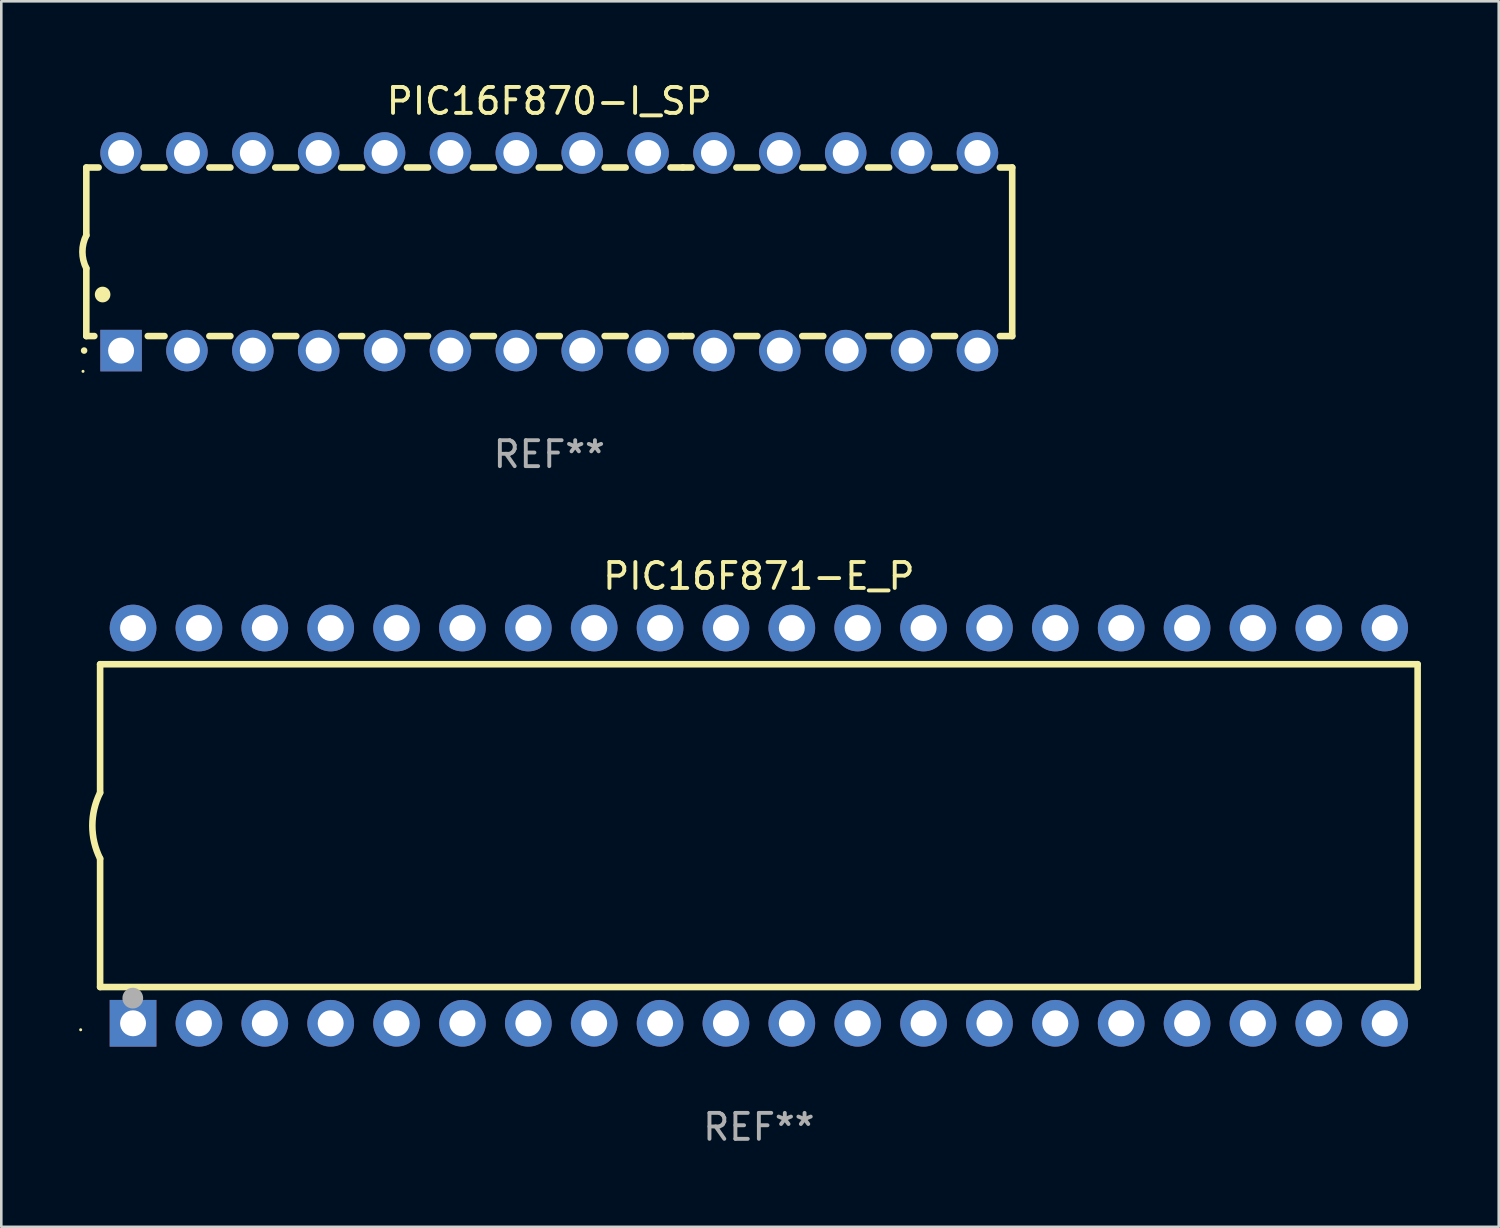
<source format=kicad_pcb>
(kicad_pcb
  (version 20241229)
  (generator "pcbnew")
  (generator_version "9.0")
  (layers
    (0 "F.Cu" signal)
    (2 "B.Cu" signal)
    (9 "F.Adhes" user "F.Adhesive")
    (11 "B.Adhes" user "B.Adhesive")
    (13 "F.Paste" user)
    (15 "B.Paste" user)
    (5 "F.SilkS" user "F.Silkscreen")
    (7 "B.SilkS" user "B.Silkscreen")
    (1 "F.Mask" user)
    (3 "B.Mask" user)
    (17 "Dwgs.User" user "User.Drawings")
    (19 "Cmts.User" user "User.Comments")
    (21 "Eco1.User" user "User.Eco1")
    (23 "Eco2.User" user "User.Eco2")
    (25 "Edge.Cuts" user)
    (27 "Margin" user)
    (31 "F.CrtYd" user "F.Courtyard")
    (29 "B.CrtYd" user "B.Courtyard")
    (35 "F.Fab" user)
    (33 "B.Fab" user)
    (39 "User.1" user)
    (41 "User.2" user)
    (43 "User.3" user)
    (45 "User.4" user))
  (footprint "PIC16F870-I_SP"
    (layer "F.Cu")
    (at 18.128 6.658)
    (property "Reference" "PIC16F870-I_SP" (at 0 -5.81 0) (layer "F.SilkS") (effects (font (size 1 1) (thickness 0.15))))
    (attr through_hole)
    (fp_line (start -17.85 -3.25) (end -17.85 -0.635) (stroke (width 0.254) (type solid)) (layer "F.SilkS"))
    (fp_line (start -17.85 3.25) (end -17.85 0.635) (stroke (width 0.254) (type solid)) (layer "F.SilkS"))
    (fp_line (start -17.85 3.25) (end -17.541 3.25) (stroke (width 0.254) (type solid)) (layer "F.SilkS"))
    (fp_line (start -17.375 -3.25) (end -17.85 -3.25) (stroke (width 0.254) (type solid)) (layer "F.SilkS"))
    (fp_line (start -15.479 3.25) (end -14.835 3.25) (stroke (width 0.254) (type solid)) (layer "F.SilkS"))
    (fp_line (start -14.835 -3.25) (end -15.645 -3.25) (stroke (width 0.254) (type solid)) (layer "F.SilkS"))
    (fp_line (start -13.105 3.25) (end -12.295 3.25) (stroke (width 0.254) (type solid)) (layer "F.SilkS"))
    (fp_line (start -12.295 -3.25) (end -13.105 -3.25) (stroke (width 0.254) (type solid)) (layer "F.SilkS"))
    (fp_line (start -10.565 3.25) (end -9.755 3.25) (stroke (width 0.254) (type solid)) (layer "F.SilkS"))
    (fp_line (start -9.755 -3.25) (end -10.565 -3.25) (stroke (width 0.254) (type solid)) (layer "F.SilkS"))
    (fp_line (start -8.025 3.25) (end -7.215 3.25) (stroke (width 0.254) (type solid)) (layer "F.SilkS"))
    (fp_line (start -7.215 -3.25) (end -8.025 -3.25) (stroke (width 0.254) (type solid)) (layer "F.SilkS"))
    (fp_line (start -5.485 3.25) (end -4.675 3.25) (stroke (width 0.254) (type solid)) (layer "F.SilkS"))
    (fp_line (start -4.675 -3.25) (end -5.485 -3.25) (stroke (width 0.254) (type solid)) (layer "F.SilkS"))
    (fp_line (start -2.945 3.25) (end -2.135 3.25) (stroke (width 0.254) (type solid)) (layer "F.SilkS"))
    (fp_line (start -2.135 -3.25) (end -2.945 -3.25) (stroke (width 0.254) (type solid)) (layer "F.SilkS"))
    (fp_line (start -0.405 3.25) (end 0.405 3.25) (stroke (width 0.254) (type solid)) (layer "F.SilkS"))
    (fp_line (start 0.405 -3.25) (end -0.405 -3.25) (stroke (width 0.254) (type solid)) (layer "F.SilkS"))
    (fp_line (start 2.135 3.25) (end 2.945 3.25) (stroke (width 0.254) (type solid)) (layer "F.SilkS"))
    (fp_line (start 2.945 -3.25) (end 2.135 -3.25) (stroke (width 0.254) (type solid)) (layer "F.SilkS"))
    (fp_line (start 4.675 3.25) (end 5.15 3.25) (stroke (width 0.254) (type solid)) (layer "F.SilkS"))
    (fp_line (start 5.15 -3.25) (end 4.675 -3.25) (stroke (width 0.254) (type solid)) (layer "F.SilkS"))
    (fp_line (start 5.15 -3.25) (end 5.485 -3.25) (stroke (width 0.254) (type solid)) (layer "F.SilkS"))
    (fp_line (start 5.15 3.25) (end 5.485 3.25) (stroke (width 0.254) (type solid)) (layer "F.SilkS"))
    (fp_line (start 7.215 -3.25) (end 8.025 -3.25) (stroke (width 0.254) (type solid)) (layer "F.SilkS"))
    (fp_line (start 7.215 3.25) (end 8.025 3.25) (stroke (width 0.254) (type solid)) (layer "F.SilkS"))
    (fp_line (start 9.755 -3.25) (end 10.565 -3.25) (stroke (width 0.254) (type solid)) (layer "F.SilkS"))
    (fp_line (start 9.755 3.25) (end 10.565 3.25) (stroke (width 0.254) (type solid)) (layer "F.SilkS"))
    (fp_line (start 12.295 -3.25) (end 13.105 -3.25) (stroke (width 0.254) (type solid)) (layer "F.SilkS"))
    (fp_line (start 12.295 3.25) (end 13.105 3.25) (stroke (width 0.254) (type solid)) (layer "F.SilkS"))
    (fp_line (start 14.835 -3.25) (end 15.645 -3.25) (stroke (width 0.254) (type solid)) (layer "F.SilkS"))
    (fp_line (start 14.835 3.25) (end 15.645 3.25) (stroke (width 0.254) (type solid)) (layer "F.SilkS"))
    (fp_line (start 17.375 -3.25) (end 17.85 -3.25) (stroke (width 0.254) (type solid)) (layer "F.SilkS"))
    (fp_line (start 17.375 3.25) (end 17.85 3.25) (stroke (width 0.254) (type solid)) (layer "F.SilkS"))
    (fp_line (start 17.85 -3.25) (end 17.85 3.25) (stroke (width 0.254) (type solid)) (layer "F.SilkS"))
    (fp_arc (start -17.934976 3.810008) (mid -17.934983 3.808738) (end -17.934976 3.807468) (stroke (width 0.25) (type solid)) (layer "F.SilkS"))
    (fp_arc (start -17.851155 0.635002) (mid -18.000677 -0.000132) (end -17.850038 -0.635001) (stroke (width 0.254001) (type solid)) (layer "F.SilkS"))
    (fp_arc (start -17.221234 1.651003) (mid -17.221245 1.648463) (end -17.221234 1.645923) (stroke (width 0.6) (type solid)) (layer "F.SilkS"))
    (fp_circle (center -17.977 4.61) (end -17.947 4.61) (stroke (width 0.06) (type solid)) (fill no) (layer "F.SilkS"))
    (fp_text user "REF**" (at 0 7.81 0) (layer "F.Fab") (effects (font (size 1 1) (thickness 0.15))))
    (pad "1" thru_hole rect (at -16.51 3.81 90) (size 1.6 1.6) (drill 1) (layers "*.Cu" "*.Mask"))
    (pad "2" thru_hole circle (at -13.97 3.81 90) (size 1.6 1.6) (drill 1) (layers "*.Cu" "*.Mask"))
    (pad "3" thru_hole circle (at -11.43 3.81 90) (size 1.6 1.6) (drill 1) (layers "*.Cu" "*.Mask"))
    (pad "4" thru_hole circle (at -8.89 3.81 90) (size 1.6 1.6) (drill 1) (layers "*.Cu" "*.Mask"))
    (pad "5" thru_hole circle (at -6.35 3.81 90) (size 1.6 1.6) (drill 1) (layers "*.Cu" "*.Mask"))
    (pad "6" thru_hole circle (at -3.81 3.81 90) (size 1.6 1.6) (drill 1) (layers "*.Cu" "*.Mask"))
    (pad "7" thru_hole circle (at -1.27 3.81 90) (size 1.6 1.6) (drill 1) (layers "*.Cu" "*.Mask"))
    (pad "8" thru_hole circle (at 1.27 3.81 90) (size 1.6 1.6) (drill 1) (layers "*.Cu" "*.Mask"))
    (pad "9" thru_hole circle (at 3.81 3.81 90) (size 1.6 1.6) (drill 1) (layers "*.Cu" "*.Mask"))
    (pad "10" thru_hole circle (at 6.35 3.81 90) (size 1.6 1.6) (drill 1) (layers "*.Cu" "*.Mask"))
    (pad "11" thru_hole circle (at 8.89 3.81 90) (size 1.6 1.6) (drill 1) (layers "*.Cu" "*.Mask"))
    (pad "12" thru_hole circle (at 11.43 3.81 90) (size 1.6 1.6) (drill 1) (layers "*.Cu" "*.Mask"))
    (pad "13" thru_hole circle (at 13.97 3.81 90) (size 1.6 1.6) (drill 1) (layers "*.Cu" "*.Mask"))
    (pad "14" thru_hole circle (at 16.51 3.81 90) (size 1.6 1.6) (drill 1) (layers "*.Cu" "*.Mask"))
    (pad "15" thru_hole circle (at 16.51 -3.81 90) (size 1.6 1.6) (drill 1) (layers "*.Cu" "*.Mask"))
    (pad "16" thru_hole circle (at 13.97 -3.81 90) (size 1.6 1.6) (drill 1) (layers "*.Cu" "*.Mask"))
    (pad "17" thru_hole circle (at 11.43 -3.81 90) (size 1.6 1.6) (drill 1) (layers "*.Cu" "*.Mask"))
    (pad "18" thru_hole circle (at 8.89 -3.81 90) (size 1.6 1.6) (drill 1) (layers "*.Cu" "*.Mask"))
    (pad "19" thru_hole circle (at 6.35 -3.81 90) (size 1.6 1.6) (drill 1) (layers "*.Cu" "*.Mask"))
    (pad "20" thru_hole circle (at 3.81 -3.81 90) (size 1.6 1.6) (drill 1) (layers "*.Cu" "*.Mask"))
    (pad "21" thru_hole circle (at 1.27 -3.81 90) (size 1.6 1.6) (drill 1) (layers "*.Cu" "*.Mask"))
    (pad "22" thru_hole circle (at -1.27 -3.81 90) (size 1.6 1.6) (drill 1) (layers "*.Cu" "*.Mask"))
    (pad "23" thru_hole circle (at -3.81 -3.81 90) (size 1.6 1.6) (drill 1) (layers "*.Cu" "*.Mask"))
    (pad "24" thru_hole circle (at -6.35 -3.81 90) (size 1.6 1.6) (drill 1) (layers "*.Cu" "*.Mask"))
    (pad "25" thru_hole circle (at -8.89 -3.81 90) (size 1.6 1.6) (drill 1) (layers "*.Cu" "*.Mask"))
    (pad "26" thru_hole circle (at -11.43 -3.81 90) (size 1.6 1.6) (drill 1) (layers "*.Cu" "*.Mask"))
    (pad "27" thru_hole circle (at -13.97 -3.81 90) (size 1.6 1.6) (drill 1) (layers "*.Cu" "*.Mask"))
    (pad "28" thru_hole circle (at -16.51 -3.81 90) (size 1.6 1.6) (drill 1) (layers "*.Cu" "*.Mask")))
  (footprint "PIC16F871-E_P"
    (layer "F.Cu")
    (at 26.21 28.785)
    (property "Reference" "PIC16F871-E_P" (at 0 -9.62 0) (layer "F.SilkS") (effects (font (size 1 1) (thickness 0.15))))
    (attr through_hole)
    (fp_line (start -25.4 -6.224) (end -25.4 -1.271) (stroke (width 0.254) (type solid)) (layer "F.SilkS"))
    (fp_line (start -25.4 -6.224) (end 25.4 -6.224) (stroke (width 0.254) (type solid)) (layer "F.SilkS"))
    (fp_line (start -25.4 1.269) (end -25.4 6.222) (stroke (width 0.254) (type solid)) (layer "F.SilkS"))
    (fp_line (start -25.4 6.222) (end 25.4 6.222) (stroke (width 0.254) (type solid)) (layer "F.SilkS"))
    (fp_line (start 25.4 6.222) (end 25.4 -6.224) (stroke (width 0.254) (type solid)) (layer "F.SilkS"))
    (fp_arc (start -25.4 1.269241) (mid -25.699807 -0.000762) (end -25.4 -1.270765) (stroke (width 0.254001) (type solid)) (layer "F.SilkS"))
    (fp_circle (center -26.15 7.87) (end -26.12 7.87) (stroke (width 0.06) (type solid)) (fill no) (layer "F.SilkS"))
    (fp_circle (center -24.14 6.65) (end -23.94 6.65) (stroke (width 0.4) (type solid)) (fill no) (layer "F.Fab"))
    (fp_text user "REF**" (at 0 11.62 0) (layer "F.Fab") (effects (font (size 1 1) (thickness 0.15))))
    (pad "1" thru_hole rect (at -24.13 7.62 90) (size 1.8 1.8) (drill 1) (layers "*.Cu" "*.Mask"))
    (pad "2" thru_hole circle (at -21.59 7.62) (size 1.8 1.8) (drill 1) (layers "*.Cu" "*.Mask"))
    (pad "3" thru_hole circle (at -19.05 7.62) (size 1.8 1.8) (drill 1) (layers "*.Cu" "*.Mask"))
    (pad "4" thru_hole circle (at -16.51 7.62) (size 1.8 1.8) (drill 1) (layers "*.Cu" "*.Mask"))
    (pad "5" thru_hole circle (at -13.97 7.62) (size 1.8 1.8) (drill 1) (layers "*.Cu" "*.Mask"))
    (pad "6" thru_hole circle (at -11.43 7.62) (size 1.8 1.8) (drill 1) (layers "*.Cu" "*.Mask"))
    (pad "7" thru_hole circle (at -8.89 7.62) (size 1.8 1.8) (drill 1) (layers "*.Cu" "*.Mask"))
    (pad "8" thru_hole circle (at -6.35 7.62) (size 1.8 1.8) (drill 1) (layers "*.Cu" "*.Mask"))
    (pad "9" thru_hole circle (at -3.81 7.62) (size 1.8 1.8) (drill 1) (layers "*.Cu" "*.Mask"))
    (pad "10" thru_hole circle (at -1.27 7.62) (size 1.8 1.8) (drill 1) (layers "*.Cu" "*.Mask"))
    (pad "11" thru_hole circle (at 1.27 7.62) (size 1.8 1.8) (drill 1) (layers "*.Cu" "*.Mask"))
    (pad "12" thru_hole circle (at 3.81 7.62) (size 1.8 1.8) (drill 1) (layers "*.Cu" "*.Mask"))
    (pad "13" thru_hole circle (at 6.35 7.62) (size 1.8 1.8) (drill 1) (layers "*.Cu" "*.Mask"))
    (pad "14" thru_hole circle (at 8.89 7.62) (size 1.8 1.8) (drill 1) (layers "*.Cu" "*.Mask"))
    (pad "15" thru_hole circle (at 11.43 7.62) (size 1.8 1.8) (drill 1) (layers "*.Cu" "*.Mask"))
    (pad "16" thru_hole circle (at 13.97 7.62) (size 1.8 1.8) (drill 1) (layers "*.Cu" "*.Mask"))
    (pad "17" thru_hole circle (at 16.51 7.62) (size 1.8 1.8) (drill 1) (layers "*.Cu" "*.Mask"))
    (pad "18" thru_hole circle (at 19.05 7.62) (size 1.8 1.8) (drill 1) (layers "*.Cu" "*.Mask"))
    (pad "19" thru_hole circle (at 21.59 7.62) (size 1.8 1.8) (drill 1) (layers "*.Cu" "*.Mask"))
    (pad "20" thru_hole circle (at 24.13 7.62) (size 1.8 1.8) (drill 1) (layers "*.Cu" "*.Mask"))
    (pad "21" thru_hole circle (at 24.13 -7.62) (size 1.8 1.8) (drill 1) (layers "*.Cu" "*.Mask"))
    (pad "22" thru_hole circle (at 21.59 -7.62) (size 1.8 1.8) (drill 1) (layers "*.Cu" "*.Mask"))
    (pad "23" thru_hole circle (at 19.05 -7.62) (size 1.8 1.8) (drill 1) (layers "*.Cu" "*.Mask"))
    (pad "24" thru_hole circle (at 16.51 -7.62) (size 1.8 1.8) (drill 1) (layers "*.Cu" "*.Mask"))
    (pad "25" thru_hole circle (at 13.97 -7.62) (size 1.8 1.8) (drill 1) (layers "*.Cu" "*.Mask"))
    (pad "26" thru_hole circle (at 11.43 -7.62) (size 1.8 1.8) (drill 1) (layers "*.Cu" "*.Mask"))
    (pad "27" thru_hole circle (at 8.89 -7.62) (size 1.8 1.8) (drill 1) (layers "*.Cu" "*.Mask"))
    (pad "28" thru_hole circle (at 6.35 -7.62) (size 1.8 1.8) (drill 1) (layers "*.Cu" "*.Mask"))
    (pad "29" thru_hole circle (at 3.81 -7.62) (size 1.8 1.8) (drill 1) (layers "*.Cu" "*.Mask"))
    (pad "30" thru_hole circle (at 1.27 -7.62) (size 1.8 1.8) (drill 1) (layers "*.Cu" "*.Mask"))
    (pad "31" thru_hole circle (at -1.27 -7.62) (size 1.8 1.8) (drill 1) (layers "*.Cu" "*.Mask"))
    (pad "32" thru_hole circle (at -3.81 -7.62) (size 1.8 1.8) (drill 1) (layers "*.Cu" "*.Mask"))
    (pad "33" thru_hole circle (at -6.35 -7.62) (size 1.8 1.8) (drill 1) (layers "*.Cu" "*.Mask"))
    (pad "34" thru_hole circle (at -8.89 -7.62) (size 1.8 1.8) (drill 1) (layers "*.Cu" "*.Mask"))
    (pad "35" thru_hole circle (at -11.43 -7.62) (size 1.8 1.8) (drill 1) (layers "*.Cu" "*.Mask"))
    (pad "36" thru_hole circle (at -13.97 -7.62) (size 1.8 1.8) (drill 1) (layers "*.Cu" "*.Mask"))
    (pad "37" thru_hole circle (at -16.51 -7.62) (size 1.8 1.8) (drill 1) (layers "*.Cu" "*.Mask"))
    (pad "38" thru_hole circle (at -19.05 -7.62) (size 1.8 1.8) (drill 1) (layers "*.Cu" "*.Mask"))
    (pad "39" thru_hole circle (at -21.59 -7.62) (size 1.8 1.8) (drill 1) (layers "*.Cu" "*.Mask"))
    (pad "40" thru_hole circle (at -24.13 -7.62) (size 1.8 1.8) (drill 1) (layers "*.Cu" "*.Mask")))
  (gr_rect
    (start -3 -3)
    (end 54.737 44.253)
    (stroke (width 0.1) (type default))
    (fill no)
    (layer "Edge.Cuts")))
</source>
